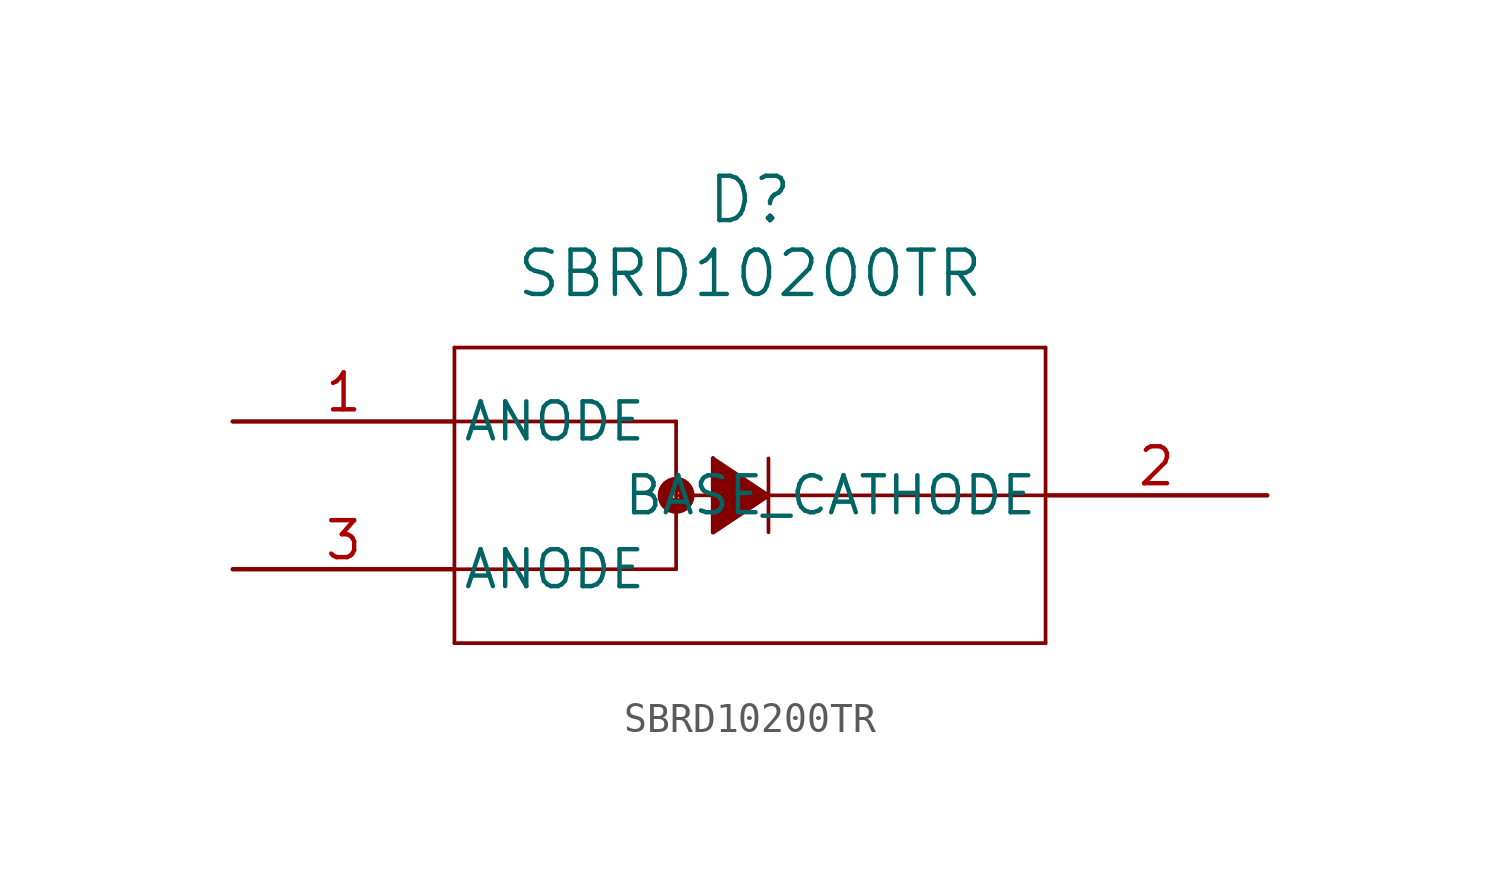
<source format=kicad_sym>
(kicad_symbol_lib
  (version 20211014)
  (generator kicad_symbol_editor)
  (symbol "SBRD10200TR"
    (pin_names
      (offset 0.254))
    (property "Reference" "D"
      (at 17.78 7.62 0)
      (effects (font (size 1.524 1.524))))
    (property "Value" "SBRD10200TR"
      (at 17.78 5.08 0)
      (effects (font (size 1.524 1.524))))
    (symbol "SBRD10200TR_0_1"
      (polyline (pts (xy 7.62 2.54) (xy 7.62 -7.62)) (stroke (width 0.127) (type default) (color 0 0 0 0)) (fill (type none)))
      (polyline (pts (xy 7.62 -7.62) (xy 27.94 -7.62)) (stroke (width 0.127) (type default) (color 0 0 0 0)) (fill (type none)))
      (polyline (pts (xy 27.94 -7.62) (xy 27.94 2.54)) (stroke (width 0.127) (type default) (color 0 0 0 0)) (fill (type none)))
      (polyline (pts (xy 27.94 2.54) (xy 7.62 2.54)) (stroke (width 0.127) (type default) (color 0 0 0 0)) (fill (type none)))
      (polyline (pts (xy 27.94 -2.54) (xy 15.24 -2.54)) (stroke (width 0.127) (type default) (color 0 0 0 0)) (fill (type none)))
      (polyline (pts (xy 7.62 0) (xy 15.24 0)) (stroke (width 0.127) (type default) (color 0 0 0 0)) (fill (type none)))
      (polyline (pts (xy 7.62 -5.08) (xy 15.24 -5.08)) (stroke (width 0.127) (type default) (color 0 0 0 0)) (fill (type none)))
      (polyline (pts (xy 15.24 0) (xy 15.24 -5.08)) (stroke (width 0.127) (type default) (color 0 0 0 0)) (fill (type none)))
      (circle (center 15.24 -2.54) (radius 0.127) (stroke (width 0.508) (type default) (color 0 0 0 0)) (fill (type none)))
      (polyline (pts (xy 16.51 -1.27) (xy 16.51 -3.81)) (stroke (width 0.127) (type default) (color 0 0 0 0)) (fill (type none)))
      (polyline (pts (xy 16.51 -3.81) (xy 18.415 -2.54)) (stroke (width 0.127) (type default) (color 0 0 0 0)) (fill (type none)))
      (polyline (pts (xy 18.415 -2.54) (xy 16.51 -1.27)) (stroke (width 0.127) (type default) (color 0 0 0 0)) (fill (type none)))
      (polyline (pts (xy 18.415 -1.27) (xy 18.415 -3.81)) (stroke (width 0.127) (type default) (color 0 0 0 0)) (fill (type none)))
      (polyline (pts (xy 16.51 -1.27) (xy 16.51 -3.81) (xy 18.415 -2.54)) (stroke (width 0) (type default) (color 0 0 0 0)) (fill (type outline)))
      (pin unspecified line (at 0 0 0) (length 7.62) (name "ANODE" (effects (font (size 1.27 1.27)))) (number "1" (effects (font (size 1.27 1.27)))))
      (pin unspecified line (at 35.56 -2.54 180) (length 7.62) (name "BASE CATHODE" (effects (font (size 1.27 1.27)))) (number "2" (effects (font (size 1.27 1.27)))))
      (pin unspecified line (at 0 -5.08 0) (length 7.62) (name "ANODE" (effects (font (size 1.27 1.27)))) (number "3" (effects (font (size 1.27 1.27))))))))
</source>
